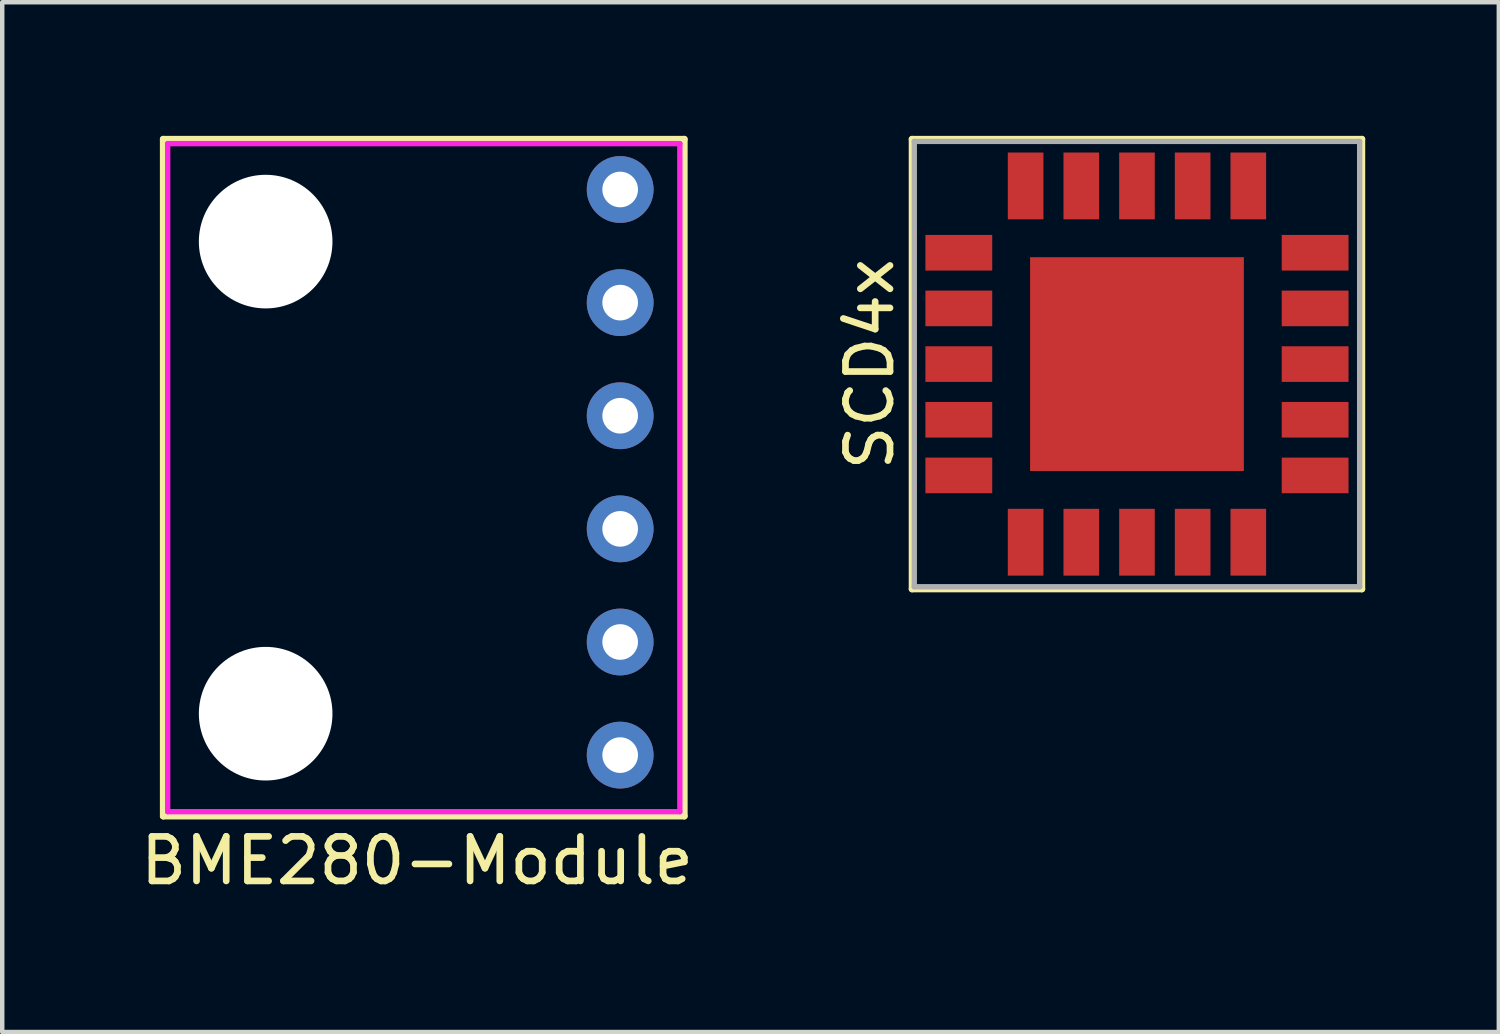
<source format=kicad_pcb>
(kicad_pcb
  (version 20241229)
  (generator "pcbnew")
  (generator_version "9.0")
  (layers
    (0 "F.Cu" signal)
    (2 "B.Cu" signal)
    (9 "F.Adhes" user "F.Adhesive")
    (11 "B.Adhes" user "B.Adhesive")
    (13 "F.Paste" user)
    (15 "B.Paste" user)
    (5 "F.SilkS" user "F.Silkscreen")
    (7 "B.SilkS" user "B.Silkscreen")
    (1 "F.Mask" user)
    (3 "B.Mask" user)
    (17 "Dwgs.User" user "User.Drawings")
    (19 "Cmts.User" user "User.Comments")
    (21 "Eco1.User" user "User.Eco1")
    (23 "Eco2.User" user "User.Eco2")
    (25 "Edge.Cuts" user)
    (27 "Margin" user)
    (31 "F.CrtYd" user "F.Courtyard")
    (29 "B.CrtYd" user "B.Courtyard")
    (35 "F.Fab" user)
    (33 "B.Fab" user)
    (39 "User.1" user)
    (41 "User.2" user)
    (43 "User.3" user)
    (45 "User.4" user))
  (footprint "SCD4x"
    (layer "F.Cu")
    (at 22.479 5.125)
    (property "Reference" "SCD4x" (at -6 0 270) (layer "F.SilkS") (effects (font (size 1 1) (thickness 0.15))))
    (attr through_hole)
    (fp_line (start -5.05 -5.05) (end -5.05 5.05) (stroke (width 0.15) (type solid)) (layer "F.SilkS"))
    (fp_line (start -5.05 -5.05) (end 5.05 -5.05) (stroke (width 0.15) (type solid)) (layer "F.SilkS"))
    (fp_line (start -5.05 5.05) (end 5.05 5.05) (stroke (width 0.15) (type solid)) (layer "F.SilkS"))
    (fp_line (start 5.05 5.05) (end 5.05 -5.05) (stroke (width 0.15) (type solid)) (layer "F.SilkS"))
    (fp_line (start -5 -5) (end -5 5) (stroke (width 0.12) (type solid)) (layer "F.Fab"))
    (fp_line (start -5 5) (end 5 5) (stroke (width 0.12) (type solid)) (layer "F.Fab"))
    (fp_line (start 5 -5) (end -5 -5) (stroke (width 0.12) (type solid)) (layer "F.Fab"))
    (fp_line (start 5 5) (end 5 -5) (stroke (width 0.12) (type solid)) (layer "F.Fab"))
    (pad "1" smd rect (at -4 -2.5) (size 1.5 0.8) (layers "F.Cu" "F.Mask" "F.Paste"))
    (pad "2" smd rect (at -4 -1.25) (size 1.5 0.8) (layers "F.Cu" "F.Mask" "F.Paste"))
    (pad "3" smd rect (at -4 0) (size 1.5 0.8) (layers "F.Cu" "F.Mask" "F.Paste"))
    (pad "4" smd rect (at -4 1.25) (size 1.5 0.8) (layers "F.Cu" "F.Mask" "F.Paste"))
    (pad "5" smd rect (at -4 2.5) (size 1.5 0.8) (layers "F.Cu" "F.Mask" "F.Paste"))
    (pad "6" smd rect (at -2.5 4) (size 0.8 1.5) (layers "F.Cu" "F.Mask" "F.Paste"))
    (pad "7" smd rect (at -1.25 4) (size 0.8 1.5) (layers "F.Cu" "F.Mask" "F.Paste"))
    (pad "8" smd rect (at 0 4) (size 0.8 1.5) (layers "F.Cu" "F.Mask" "F.Paste"))
    (pad "9" smd rect (at 1.25 4) (size 0.8 1.5) (layers "F.Cu" "F.Mask" "F.Paste"))
    (pad "10" smd rect (at 2.5 4) (size 0.8 1.5) (layers "F.Cu" "F.Mask" "F.Paste"))
    (pad "11" smd rect (at 4 2.5) (size 1.5 0.8) (layers "F.Cu" "F.Mask" "F.Paste"))
    (pad "12" smd rect (at 4 1.25) (size 1.5 0.8) (layers "F.Cu" "F.Mask" "F.Paste"))
    (pad "13" smd rect (at 4 0) (size 1.5 0.8) (layers "F.Cu" "F.Mask" "F.Paste"))
    (pad "14" smd rect (at 4 -1.25) (size 1.5 0.8) (layers "F.Cu" "F.Mask" "F.Paste"))
    (pad "15" smd rect (at 4 -2.5) (size 1.5 0.8) (layers "F.Cu" "F.Mask" "F.Paste"))
    (pad "16" smd rect (at 2.5 -4) (size 0.8 1.5) (layers "F.Cu" "F.Mask" "F.Paste"))
    (pad "17" smd rect (at 1.25 -4) (size 0.8 1.5) (layers "F.Cu" "F.Mask" "F.Paste"))
    (pad "18" smd rect (at 0 -4) (size 0.8 1.5) (layers "F.Cu" "F.Mask" "F.Paste"))
    (pad "19" smd rect (at -1.25 -4) (size 0.8 1.5) (layers "F.Cu" "F.Mask" "F.Paste"))
    (pad "20" smd rect (at -2.5 -4) (size 0.8 1.5) (layers "F.Cu" "F.Mask" "F.Paste"))
    (pad "21" smd rect (at 0 0) (size 4.8 4.8) (layers "F.Cu" "F.Mask" "F.Paste")))
  (footprint "BME280-Module"
    (layer "F.Cu")
    (at 0.715 15.175)
    (property "Reference" "BME280-Module" (at 5.6 1.1 0) (layer "F.SilkS") (effects (font (size 1 1) (thickness 0.15))))
    (attr through_hole)
    (fp_line (start -0.1 -15.1) (end -0.1 0.1) (stroke (width 0.15) (type solid)) (layer "F.SilkS"))
    (fp_line (start -0.1 0.1) (end 11.6 0.1) (stroke (width 0.15) (type solid)) (layer "F.SilkS"))
    (fp_line (start 11.6 -15.1) (end -0.1 -15.1) (stroke (width 0.15) (type solid)) (layer "F.SilkS"))
    (fp_line (start 11.6 0.1) (end 11.6 -15.1) (stroke (width 0.15) (type solid)) (layer "F.SilkS"))
    (fp_line (start 0 -15) (end 0 0) (stroke (width 0.12) (type solid)) (layer "F.CrtYd"))
    (fp_line (start 0 0) (end 11.5 0) (stroke (width 0.12) (type solid)) (layer "F.CrtYd"))
    (fp_line (start 11.5 -15) (end 0 -15) (stroke (width 0.12) (type solid)) (layer "F.CrtYd"))
    (fp_line (start 11.5 0) (end 11.5 -15) (stroke (width 0.12) (type solid)) (layer "F.CrtYd"))
    (pad "" np_thru_hole circle (at 2.2 -12.8) (size 3 3) (drill 3) (layers "*.Cu" "*.Mask"))
    (pad "" np_thru_hole circle (at 2.2 -2.2) (size 3 3) (drill 3) (layers "*.Cu" "*.Mask"))
    (pad "1" thru_hole circle (at 10.16 -13.97) (size 1.5 1.5) (drill 0.8) (layers "*.Cu" "*.Mask"))
    (pad "2" thru_hole circle (at 10.16 -11.43) (size 1.5 1.5) (drill 0.8) (layers "*.Cu" "*.Mask"))
    (pad "3" thru_hole circle (at 10.16 -8.89) (size 1.5 1.5) (drill 0.8) (layers "*.Cu" "*.Mask"))
    (pad "4" thru_hole circle (at 10.16 -6.35) (size 1.5 1.5) (drill 0.8) (layers "*.Cu" "*.Mask"))
    (pad "5" thru_hole circle (at 10.16 -3.81) (size 1.5 1.5) (drill 0.8) (layers "*.Cu" "*.Mask"))
    (pad "6" thru_hole circle (at 10.16 -1.27) (size 1.5 1.5) (drill 0.8) (layers "*.Cu" "*.Mask")))
  (gr_rect
    (start -3 -3)
    (end 30.604 20.123)
    (stroke (width 0.1) (type default))
    (fill no)
    (layer "Edge.Cuts")))
</source>
